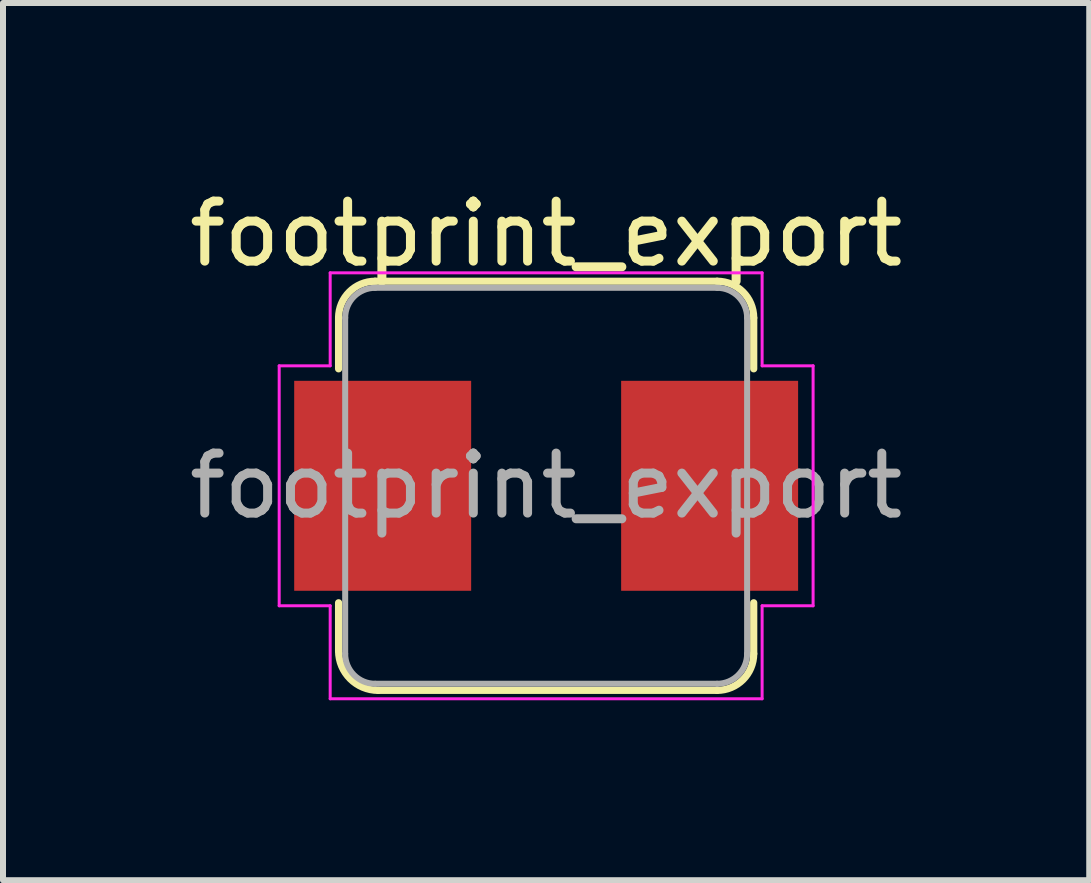
<source format=kicad_pcb>
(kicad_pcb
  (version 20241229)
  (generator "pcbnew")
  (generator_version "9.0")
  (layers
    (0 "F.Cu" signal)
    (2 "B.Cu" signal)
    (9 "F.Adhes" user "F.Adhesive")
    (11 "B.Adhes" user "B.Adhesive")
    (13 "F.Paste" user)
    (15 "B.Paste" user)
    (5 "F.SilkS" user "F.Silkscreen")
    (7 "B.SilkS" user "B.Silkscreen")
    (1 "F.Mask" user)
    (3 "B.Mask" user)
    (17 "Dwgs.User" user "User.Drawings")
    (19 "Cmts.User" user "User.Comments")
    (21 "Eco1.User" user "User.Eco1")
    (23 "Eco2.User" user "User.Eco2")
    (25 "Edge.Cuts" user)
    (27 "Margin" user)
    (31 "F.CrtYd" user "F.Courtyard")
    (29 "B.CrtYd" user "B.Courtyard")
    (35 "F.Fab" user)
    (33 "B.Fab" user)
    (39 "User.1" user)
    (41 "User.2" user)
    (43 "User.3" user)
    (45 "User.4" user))
  (footprint "footprint_export"
    (layer "F.Cu")
    (at 6.054 5.048)
    (property "Reference" "footprint_export" (at 0 -4.2 0) (layer "F.SilkS") (effects (font (size 1 1) (thickness 0.15))))
    (attr smd)
    (fp_line (start -3.46 -1.95) (end -3.46 -2.8) (stroke (width 0.12) (type solid)) (layer "F.SilkS"))
    (fp_line (start -3.46 2.75) (end -3.46 1.95) (stroke (width 0.12) (type solid)) (layer "F.SilkS"))
    (fp_line (start -2.85 -3.41) (end 2.85 -3.41) (stroke (width 0.12) (type solid)) (layer "F.SilkS"))
    (fp_line (start 2.85 3.41) (end -2.8 3.41) (stroke (width 0.12) (type solid)) (layer "F.SilkS"))
    (fp_line (start 3.46 -2.8) (end 3.46 -1.95) (stroke (width 0.12) (type solid)) (layer "F.SilkS"))
    (fp_line (start 3.46 1.95) (end 3.46 2.8) (stroke (width 0.12) (type solid)) (layer "F.SilkS"))
    (fp_arc (start -3.46 -2.8) (mid -3.281335 -3.231335) (end -2.85 -3.41) (stroke (width 0.12) (type solid)) (layer "F.SilkS"))
    (fp_arc (start -2.8 3.41) (mid -3.26669 3.21669) (end -3.46 2.75) (stroke (width 0.12) (type solid)) (layer "F.SilkS"))
    (fp_arc (start 2.85 -3.41) (mid 3.281335 -3.231335) (end 3.46 -2.8) (stroke (width 0.12) (type solid)) (layer "F.SilkS"))
    (fp_arc (start 3.46 2.8) (mid 3.281335 3.231335) (end 2.85 3.41) (stroke (width 0.12) (type solid)) (layer "F.SilkS"))
    (fp_line (start -4.45 -2) (end -3.6 -2) (stroke (width 0.05) (type solid)) (layer "F.CrtYd"))
    (fp_line (start -4.45 2) (end -4.45 -2) (stroke (width 0.05) (type solid)) (layer "F.CrtYd"))
    (fp_line (start -3.6 -3.55) (end 3.6 -3.55) (stroke (width 0.05) (type solid)) (layer "F.CrtYd"))
    (fp_line (start -3.6 -2) (end -3.6 -3.55) (stroke (width 0.05) (type solid)) (layer "F.CrtYd"))
    (fp_line (start -3.6 2) (end -4.45 2) (stroke (width 0.05) (type solid)) (layer "F.CrtYd"))
    (fp_line (start -3.6 3.55) (end -3.6 2) (stroke (width 0.05) (type solid)) (layer "F.CrtYd"))
    (fp_line (start 3.6 -3.55) (end 3.6 -2) (stroke (width 0.05) (type solid)) (layer "F.CrtYd"))
    (fp_line (start 3.6 -2) (end 4.45 -2) (stroke (width 0.05) (type solid)) (layer "F.CrtYd"))
    (fp_line (start 3.6 2) (end 3.6 3.55) (stroke (width 0.05) (type solid)) (layer "F.CrtYd"))
    (fp_line (start 3.6 3.55) (end -3.6 3.55) (stroke (width 0.05) (type solid)) (layer "F.CrtYd"))
    (fp_line (start 4.45 -2) (end 4.45 2) (stroke (width 0.05) (type solid)) (layer "F.CrtYd"))
    (fp_line (start 4.45 2) (end 3.6 2) (stroke (width 0.05) (type solid)) (layer "F.CrtYd"))
    (fp_line (start -3.35 2.8) (end -3.35 -2.8) (stroke (width 0.1) (type solid)) (layer "F.Fab"))
    (fp_line (start -2.85 -3.3) (end 2.85 -3.3) (stroke (width 0.1) (type solid)) (layer "F.Fab"))
    (fp_line (start 2.85 3.3) (end -2.85 3.3) (stroke (width 0.1) (type solid)) (layer "F.Fab"))
    (fp_line (start 3.35 -2.8) (end 3.35 2.8) (stroke (width 0.1) (type solid)) (layer "F.Fab"))
    (fp_arc (start -3.35 -2.8) (mid -3.203553 -3.153553) (end -2.85 -3.3) (stroke (width 0.1) (type solid)) (layer "F.Fab"))
    (fp_arc (start -2.85 3.3) (mid -3.203553 3.153553) (end -3.35 2.8) (stroke (width 0.1) (type solid)) (layer "F.Fab"))
    (fp_arc (start 2.85 -3.3) (mid 3.203553 -3.153553) (end 3.35 -2.8) (stroke (width 0.1) (type solid)) (layer "F.Fab"))
    (fp_arc (start 3.35 2.8) (mid 3.203553 3.153553) (end 2.85 3.3) (stroke (width 0.1) (type solid)) (layer "F.Fab"))
    (fp_text user "${REFERENCE}" (at 0 0 0) (layer "F.Fab") (effects (font (size 1 1) (thickness 0.15))))
    (pad "1" smd rect (at -2.725 0) (size 2.95 3.5) (layers "F.Cu" "F.Mask" "F.Paste"))
    (pad "2" smd rect (at 2.725 0) (size 2.95 3.5) (layers "F.Cu" "F.Mask" "F.Paste")))
  (gr_rect
    (start -3 -3)
    (end 15.107 11.623)
    (stroke (width 0.1) (type default))
    (fill no)
    (layer "Edge.Cuts")))
</source>
